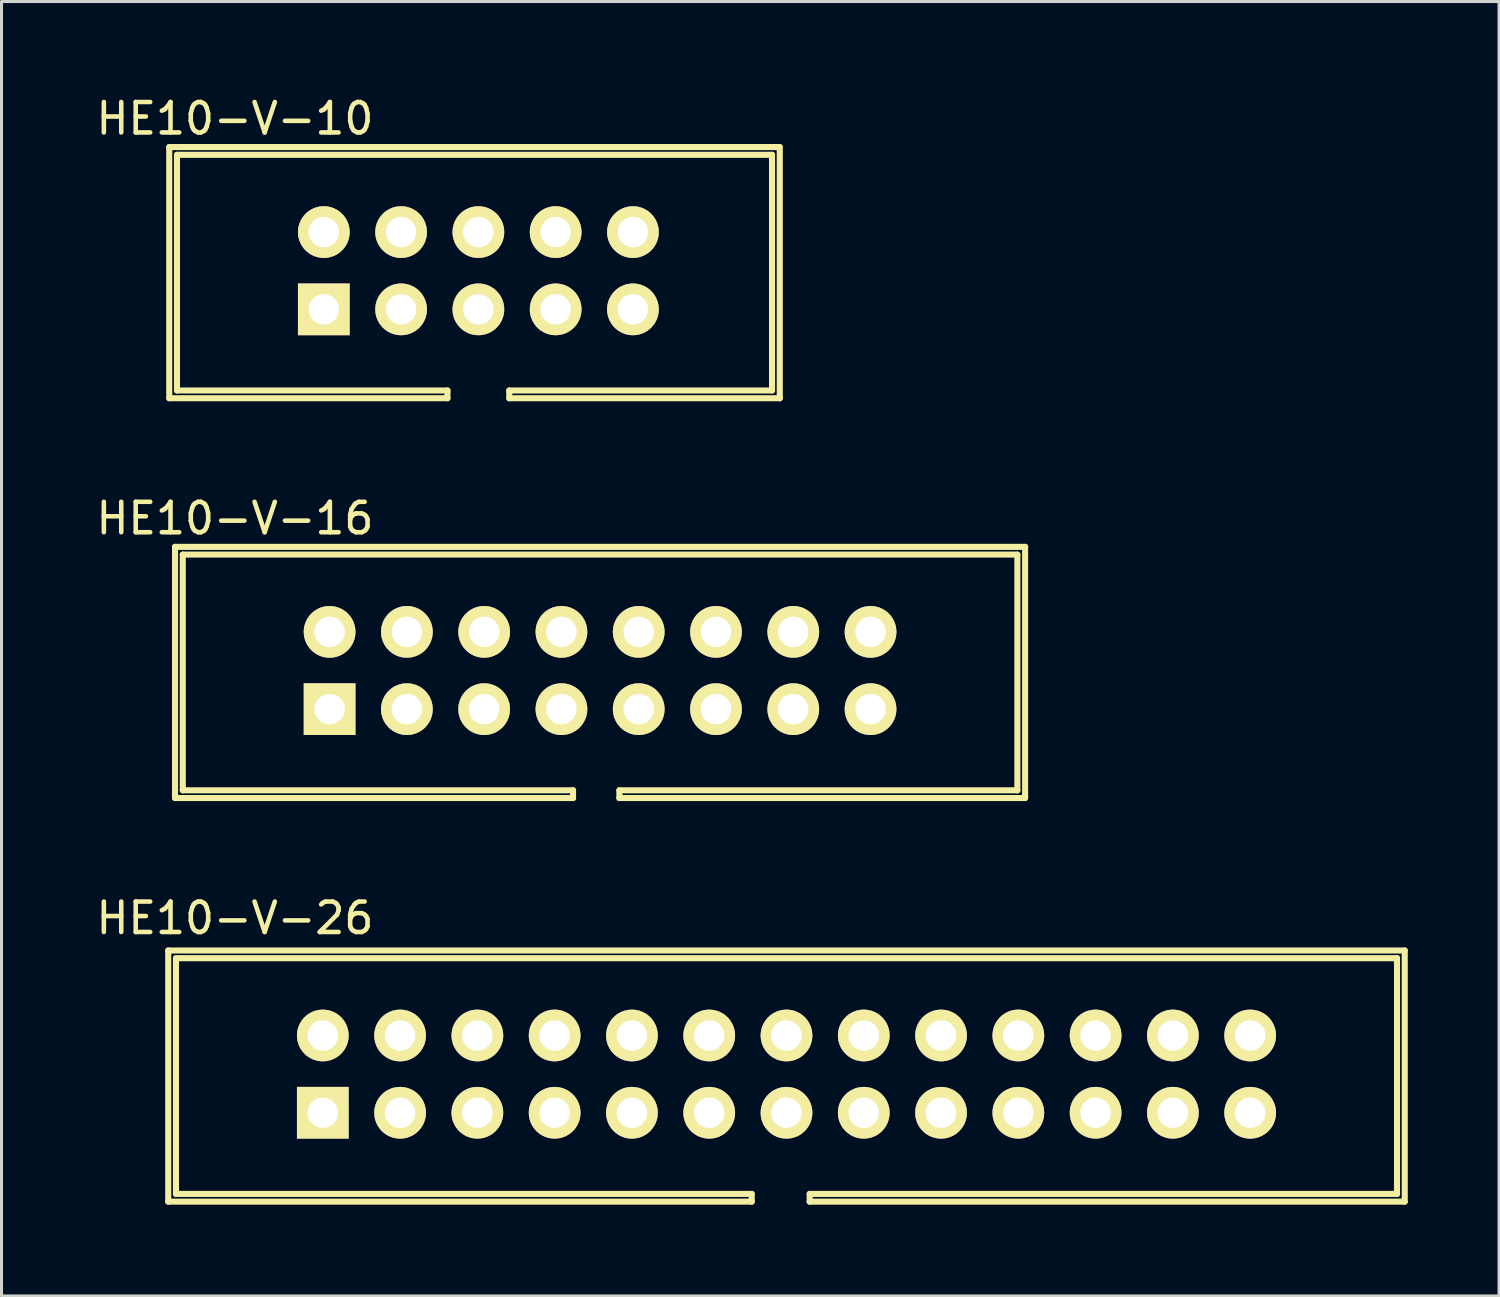
<source format=kicad_pcb>
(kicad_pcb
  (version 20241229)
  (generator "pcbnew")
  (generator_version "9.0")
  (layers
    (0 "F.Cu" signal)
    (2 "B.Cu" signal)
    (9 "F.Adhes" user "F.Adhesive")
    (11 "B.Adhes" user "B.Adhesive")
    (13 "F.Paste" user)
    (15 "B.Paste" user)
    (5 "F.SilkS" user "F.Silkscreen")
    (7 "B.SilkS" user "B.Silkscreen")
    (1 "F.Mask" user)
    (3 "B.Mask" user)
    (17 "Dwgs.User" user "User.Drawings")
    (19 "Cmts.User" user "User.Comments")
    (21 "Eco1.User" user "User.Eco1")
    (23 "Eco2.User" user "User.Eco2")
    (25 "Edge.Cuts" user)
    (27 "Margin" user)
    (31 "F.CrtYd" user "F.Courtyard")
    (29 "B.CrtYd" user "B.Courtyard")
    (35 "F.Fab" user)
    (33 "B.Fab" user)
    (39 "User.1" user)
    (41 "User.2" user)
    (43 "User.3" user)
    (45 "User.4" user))
  (footprint "HE10-V-16"
    (layer "F.Cu")
    (at 16.673 18.988)
    (property "Reference" "HE10-V-16" (at -12 -5 0) (layer "F.SilkS") (effects (font (size 1 1) (thickness 0.15))))
    (attr through_hole)
    (fp_line (start -13.97 -4.064) (end -13.97 4.191) (stroke (width 0.2) (type solid)) (layer "F.SilkS"))
    (fp_line (start -13.97 4.191) (end -0.889 4.191) (stroke (width 0.2) (type solid)) (layer "F.SilkS"))
    (fp_line (start -13.716 -3.81) (end 13.716 -3.81) (stroke (width 0.2) (type solid)) (layer "F.SilkS"))
    (fp_line (start -13.716 3.937) (end -13.716 -3.81) (stroke (width 0.2) (type solid)) (layer "F.SilkS"))
    (fp_line (start -13.716 3.937) (end -0.889 3.937) (stroke (width 0.2) (type solid)) (layer "F.SilkS"))
    (fp_line (start -0.889 4.191) (end -0.889 3.937) (stroke (width 0.2) (type solid)) (layer "F.SilkS"))
    (fp_line (start 0.635 3.937) (end 13.716 3.937) (stroke (width 0.2) (type solid)) (layer "F.SilkS"))
    (fp_line (start 0.635 4.191) (end 0.635 3.937) (stroke (width 0.2) (type solid)) (layer "F.SilkS"))
    (fp_line (start 0.635 4.191) (end 13.97 4.191) (stroke (width 0.2) (type solid)) (layer "F.SilkS"))
    (fp_line (start 13.716 -3.81) (end 13.716 3.937) (stroke (width 0.2) (type solid)) (layer "F.SilkS"))
    (fp_line (start 13.97 -4.064) (end -13.97 -4.064) (stroke (width 0.2) (type solid)) (layer "F.SilkS"))
    (fp_line (start 13.97 4.191) (end 13.97 -4.064) (stroke (width 0.2) (type solid)) (layer "F.SilkS"))
    (pad "1" thru_hole rect (at -8.89 1.27) (size 1.7 1.7) (drill 1) (layers "*.Cu" "*.Mask" "F.SilkS"))
    (pad "2" thru_hole circle (at -8.89 -1.27) (size 1.7 1.7) (drill 1) (layers "*.Cu" "*.Mask" "F.SilkS"))
    (pad "3" thru_hole circle (at -6.35 1.27) (size 1.7 1.7) (drill 1) (layers "*.Cu" "*.Mask" "F.SilkS"))
    (pad "4" thru_hole circle (at -6.35 -1.27) (size 1.7 1.7) (drill 1) (layers "*.Cu" "*.Mask" "F.SilkS"))
    (pad "5" thru_hole circle (at -3.81 1.27) (size 1.7 1.7) (drill 1) (layers "*.Cu" "*.Mask" "F.SilkS"))
    (pad "6" thru_hole circle (at -3.81 -1.27) (size 1.7 1.7) (drill 1) (layers "*.Cu" "*.Mask" "F.SilkS"))
    (pad "7" thru_hole circle (at -1.27 1.27) (size 1.7 1.7) (drill 1) (layers "*.Cu" "*.Mask" "F.SilkS"))
    (pad "8" thru_hole circle (at -1.27 -1.27) (size 1.7 1.7) (drill 1) (layers "*.Cu" "*.Mask" "F.SilkS"))
    (pad "9" thru_hole circle (at 1.27 1.27) (size 1.7 1.7) (drill 1) (layers "*.Cu" "*.Mask" "F.SilkS"))
    (pad "10" thru_hole circle (at 1.27 -1.27) (size 1.7 1.7) (drill 1) (layers "*.Cu" "*.Mask" "F.SilkS"))
    (pad "11" thru_hole circle (at 3.81 1.27) (size 1.7 1.7) (drill 1) (layers "*.Cu" "*.Mask" "F.SilkS"))
    (pad "12" thru_hole circle (at 3.81 -1.27) (size 1.7 1.7) (drill 1) (layers "*.Cu" "*.Mask" "F.SilkS"))
    (pad "13" thru_hole circle (at 6.35 1.27) (size 1.7 1.7) (drill 1) (layers "*.Cu" "*.Mask" "F.SilkS"))
    (pad "14" thru_hole circle (at 6.35 -1.27) (size 1.7 1.7) (drill 1) (layers "*.Cu" "*.Mask" "F.SilkS"))
    (pad "15" thru_hole circle (at 8.89 1.27) (size 1.7 1.7) (drill 1) (layers "*.Cu" "*.Mask" "F.SilkS"))
    (pad "16" thru_hole circle (at 8.89 -1.27) (size 1.7 1.7) (drill 1) (layers "*.Cu" "*.Mask" "F.SilkS")))
  (footprint "HE10-V-26"
    (layer "F.Cu")
    (at 22.673 32.127)
    (property "Reference" "HE10-V-26" (at -18 -5 0) (layer "F.SilkS") (effects (font (size 1 1) (thickness 0.15))))
    (attr through_hole)
    (fp_line (start -20.193 -3.937) (end -20.193 4.318) (stroke (width 0.2) (type solid)) (layer "F.SilkS"))
    (fp_line (start -19.939 -3.683) (end -19.939 4.064) (stroke (width 0.2) (type solid)) (layer "F.SilkS"))
    (fp_line (start -19.939 4.064) (end -1.016 4.064) (stroke (width 0.2) (type solid)) (layer "F.SilkS"))
    (fp_line (start -1.016 4.064) (end -1.016 4.318) (stroke (width 0.2) (type solid)) (layer "F.SilkS"))
    (fp_line (start -1.016 4.318) (end -20.193 4.318) (stroke (width 0.2) (type solid)) (layer "F.SilkS"))
    (fp_line (start 0.889 4.064) (end 20.193 4.064) (stroke (width 0.2) (type solid)) (layer "F.SilkS"))
    (fp_line (start 0.889 4.318) (end 0.889 4.064) (stroke (width 0.2) (type solid)) (layer "F.SilkS"))
    (fp_line (start 0.889 4.318) (end 20.447 4.318) (stroke (width 0.2) (type solid)) (layer "F.SilkS"))
    (fp_line (start 20.193 -3.683) (end -19.939 -3.683) (stroke (width 0.2) (type solid)) (layer "F.SilkS"))
    (fp_line (start 20.193 4.064) (end 20.193 -3.683) (stroke (width 0.2) (type solid)) (layer "F.SilkS"))
    (fp_line (start 20.447 -3.937) (end -20.193 -3.937) (stroke (width 0.2) (type solid)) (layer "F.SilkS"))
    (fp_line (start 20.447 -3.937) (end 20.447 4.318) (stroke (width 0.2) (type solid)) (layer "F.SilkS"))
    (pad "1" thru_hole rect (at -15.113 1.397) (size 1.7 1.7) (drill 1) (layers "*.Cu" "*.Mask" "F.SilkS"))
    (pad "2" thru_hole circle (at -15.113 -1.143) (size 1.7 1.7) (drill 1) (layers "*.Cu" "*.Mask" "F.SilkS"))
    (pad "3" thru_hole circle (at -12.573 1.397) (size 1.7 1.7) (drill 1) (layers "*.Cu" "*.Mask" "F.SilkS"))
    (pad "4" thru_hole circle (at -12.573 -1.143) (size 1.7 1.7) (drill 1) (layers "*.Cu" "*.Mask" "F.SilkS"))
    (pad "5" thru_hole circle (at -10.033 1.397) (size 1.7 1.7) (drill 1) (layers "*.Cu" "*.Mask" "F.SilkS"))
    (pad "6" thru_hole circle (at -10.033 -1.143) (size 1.7 1.7) (drill 1) (layers "*.Cu" "*.Mask" "F.SilkS"))
    (pad "7" thru_hole circle (at -7.493 1.397) (size 1.7 1.7) (drill 1) (layers "*.Cu" "*.Mask" "F.SilkS"))
    (pad "8" thru_hole circle (at -7.493 -1.143) (size 1.7 1.7) (drill 1) (layers "*.Cu" "*.Mask" "F.SilkS"))
    (pad "9" thru_hole circle (at -4.953 1.397) (size 1.7 1.7) (drill 1) (layers "*.Cu" "*.Mask" "F.SilkS"))
    (pad "10" thru_hole circle (at -4.953 -1.143) (size 1.7 1.7) (drill 1) (layers "*.Cu" "*.Mask" "F.SilkS"))
    (pad "11" thru_hole circle (at -2.413 1.397) (size 1.7 1.7) (drill 1) (layers "*.Cu" "*.Mask" "F.SilkS"))
    (pad "12" thru_hole circle (at -2.413 -1.143) (size 1.7 1.7) (drill 1) (layers "*.Cu" "*.Mask" "F.SilkS"))
    (pad "13" thru_hole circle (at 0.127 1.397) (size 1.7 1.7) (drill 1) (layers "*.Cu" "*.Mask" "F.SilkS"))
    (pad "14" thru_hole circle (at 0.127 -1.143) (size 1.7 1.7) (drill 1) (layers "*.Cu" "*.Mask" "F.SilkS"))
    (pad "15" thru_hole circle (at 2.667 1.397) (size 1.7 1.7) (drill 1) (layers "*.Cu" "*.Mask" "F.SilkS"))
    (pad "16" thru_hole circle (at 2.667 -1.143) (size 1.7 1.7) (drill 1) (layers "*.Cu" "*.Mask" "F.SilkS"))
    (pad "17" thru_hole circle (at 5.207 1.397) (size 1.7 1.7) (drill 1) (layers "*.Cu" "*.Mask" "F.SilkS"))
    (pad "18" thru_hole circle (at 5.207 -1.143) (size 1.7 1.7) (drill 1) (layers "*.Cu" "*.Mask" "F.SilkS"))
    (pad "19" thru_hole circle (at 7.747 1.397) (size 1.7 1.7) (drill 1) (layers "*.Cu" "*.Mask" "F.SilkS"))
    (pad "20" thru_hole circle (at 7.747 -1.143) (size 1.7 1.7) (drill 1) (layers "*.Cu" "*.Mask" "F.SilkS"))
    (pad "21" thru_hole circle (at 10.287 1.397) (size 1.7 1.7) (drill 1) (layers "*.Cu" "*.Mask" "F.SilkS"))
    (pad "22" thru_hole circle (at 10.287 -1.143) (size 1.7 1.7) (drill 1) (layers "*.Cu" "*.Mask" "F.SilkS"))
    (pad "23" thru_hole circle (at 12.827 1.397) (size 1.7 1.7) (drill 1) (layers "*.Cu" "*.Mask" "F.SilkS"))
    (pad "24" thru_hole circle (at 12.827 -1.143) (size 1.7 1.7) (drill 1) (layers "*.Cu" "*.Mask" "F.SilkS"))
    (pad "25" thru_hole circle (at 15.367 1.397) (size 1.7 1.7) (drill 1) (layers "*.Cu" "*.Mask" "F.SilkS"))
    (pad "26" thru_hole circle (at 15.367 -1.143) (size 1.7 1.7) (drill 1) (layers "*.Cu" "*.Mask" "F.SilkS")))
  (footprint "HE10-V-10"
    (layer "F.Cu")
    (at 12.673 5.848)
    (property "Reference" "HE10-V-10" (at -8 -5 0) (layer "F.SilkS") (effects (font (size 1 1) (thickness 0.15))))
    (attr through_hole)
    (fp_line (start -10.16 -4.064) (end 9.906 -4.064) (stroke (width 0.2) (type solid)) (layer "F.SilkS"))
    (fp_line (start -10.16 4.191) (end -10.16 -4.064) (stroke (width 0.2) (type solid)) (layer "F.SilkS"))
    (fp_line (start -9.906 -3.81) (end 9.652 -3.81) (stroke (width 0.2) (type solid)) (layer "F.SilkS"))
    (fp_line (start -9.906 3.937) (end -9.906 -3.81) (stroke (width 0.2) (type solid)) (layer "F.SilkS"))
    (fp_line (start -1.016 3.937) (end -9.906 3.937) (stroke (width 0.2) (type solid)) (layer "F.SilkS"))
    (fp_line (start -1.016 4.191) (end -10.16 4.191) (stroke (width 0.2) (type solid)) (layer "F.SilkS"))
    (fp_line (start -1.016 4.191) (end -1.016 3.937) (stroke (width 0.2) (type solid)) (layer "F.SilkS"))
    (fp_line (start 1.016 3.937) (end 9.652 3.937) (stroke (width 0.2) (type solid)) (layer "F.SilkS"))
    (fp_line (start 1.016 4.191) (end 1.016 3.937) (stroke (width 0.2) (type solid)) (layer "F.SilkS"))
    (fp_line (start 1.016 4.191) (end 9.906 4.191) (stroke (width 0.2) (type solid)) (layer "F.SilkS"))
    (fp_line (start 9.652 -3.81) (end 9.652 3.937) (stroke (width 0.2) (type solid)) (layer "F.SilkS"))
    (fp_line (start 9.906 4.191) (end 9.906 -4.064) (stroke (width 0.2) (type solid)) (layer "F.SilkS"))
    (pad "1" thru_hole rect (at -5.08 1.27) (size 1.7 1.7) (drill 1) (layers "*.Cu" "*.Mask" "F.SilkS"))
    (pad "2" thru_hole circle (at -5.08 -1.27) (size 1.7 1.7) (drill 1) (layers "*.Cu" "*.Mask" "F.SilkS"))
    (pad "3" thru_hole circle (at -2.54 1.27) (size 1.7 1.7) (drill 1) (layers "*.Cu" "*.Mask" "F.SilkS"))
    (pad "4" thru_hole circle (at -2.54 -1.27) (size 1.7 1.7) (drill 1) (layers "*.Cu" "*.Mask" "F.SilkS"))
    (pad "5" thru_hole circle (at 0 1.27) (size 1.7 1.7) (drill 1) (layers "*.Cu" "*.Mask" "F.SilkS"))
    (pad "6" thru_hole circle (at 0 -1.27) (size 1.7 1.7) (drill 1) (layers "*.Cu" "*.Mask" "F.SilkS"))
    (pad "7" thru_hole circle (at 2.54 1.27) (size 1.7 1.7) (drill 1) (layers "*.Cu" "*.Mask" "F.SilkS"))
    (pad "8" thru_hole circle (at 2.54 -1.27) (size 1.7 1.7) (drill 1) (layers "*.Cu" "*.Mask" "F.SilkS"))
    (pad "9" thru_hole circle (at 5.08 1.27) (size 1.7 1.7) (drill 1) (layers "*.Cu" "*.Mask" "F.SilkS"))
    (pad "10" thru_hole circle (at 5.08 -1.27) (size 1.7 1.7) (drill 1) (layers "*.Cu" "*.Mask" "F.SilkS")))
  (gr_rect
    (start -3 -3)
    (end 46.22 39.545)
    (stroke (width 0.1) (type default))
    (fill no)
    (layer "Edge.Cuts")))
</source>
